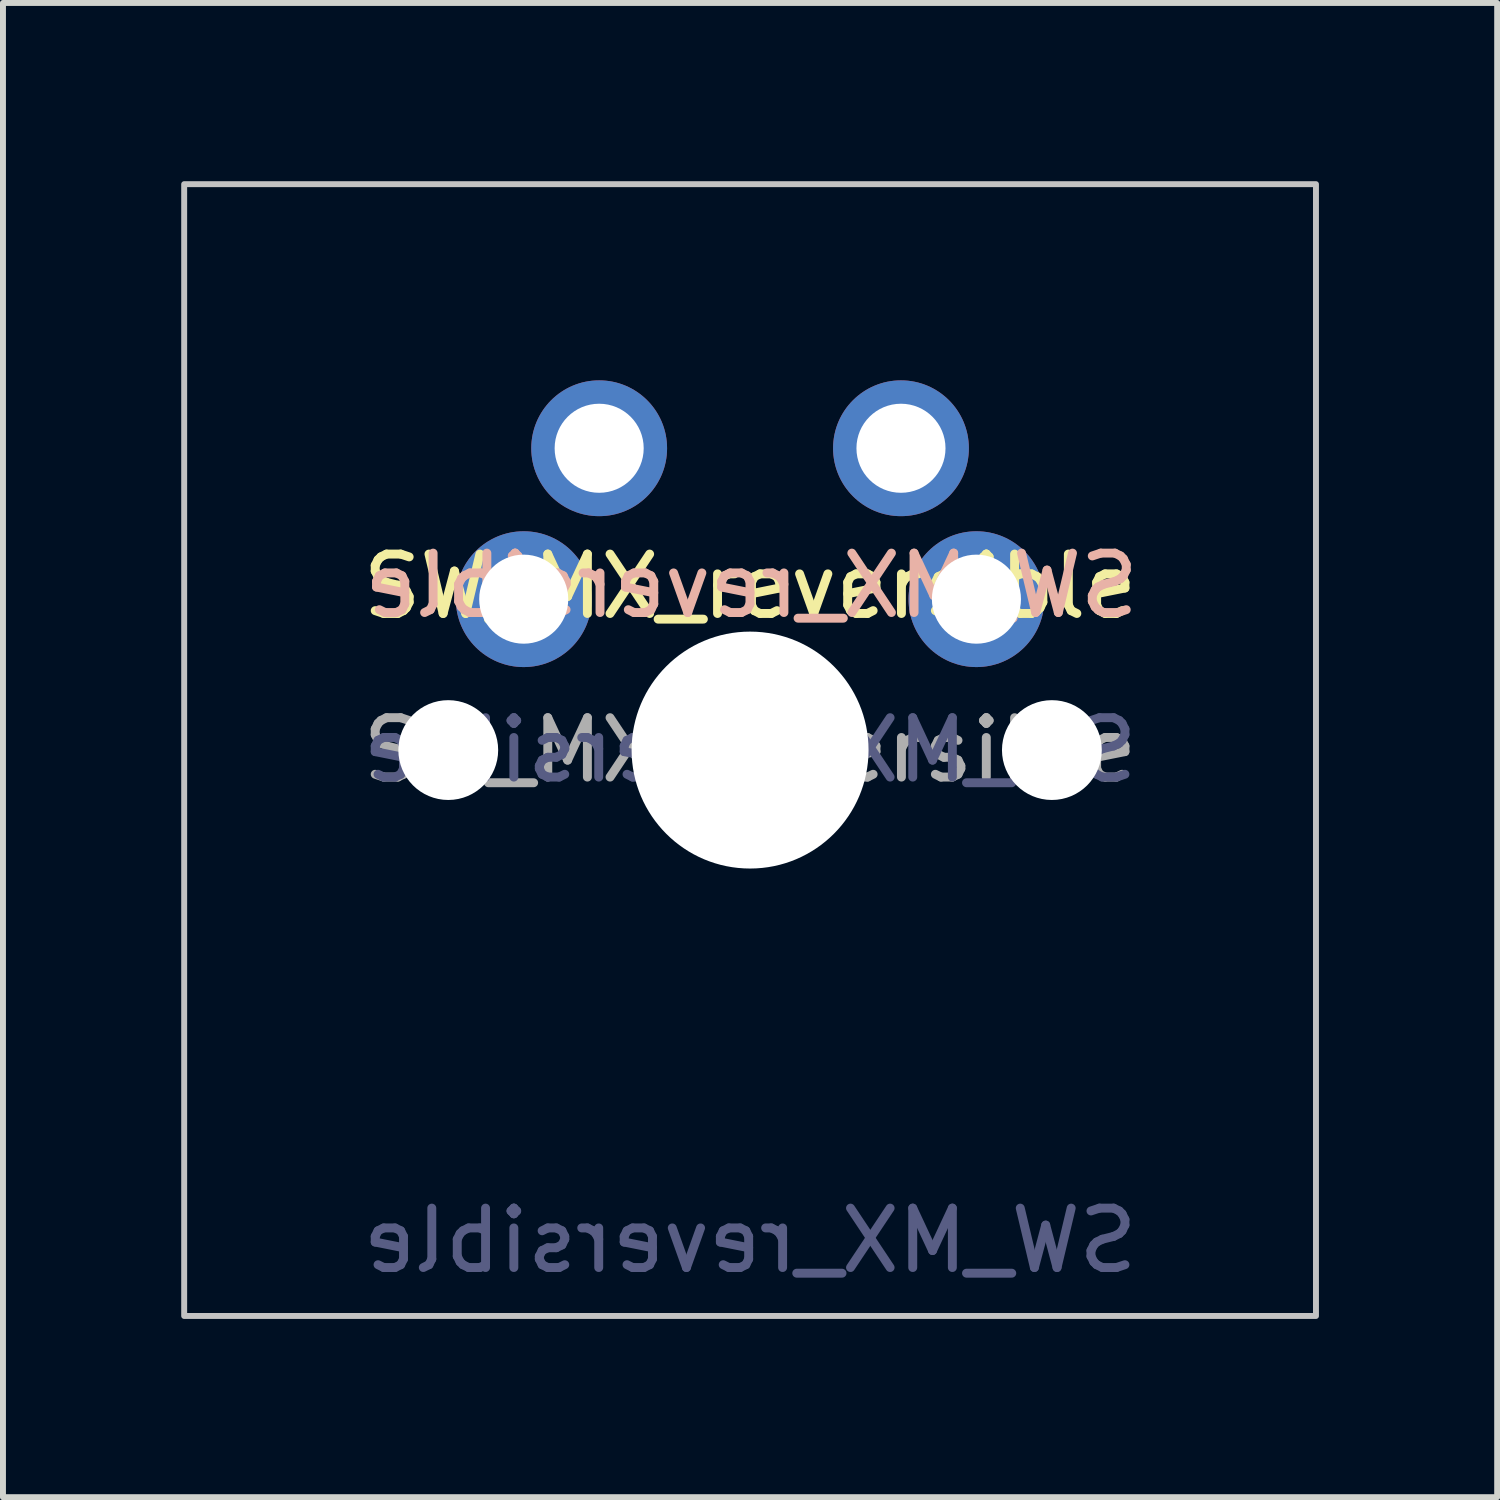
<source format=kicad_pcb>
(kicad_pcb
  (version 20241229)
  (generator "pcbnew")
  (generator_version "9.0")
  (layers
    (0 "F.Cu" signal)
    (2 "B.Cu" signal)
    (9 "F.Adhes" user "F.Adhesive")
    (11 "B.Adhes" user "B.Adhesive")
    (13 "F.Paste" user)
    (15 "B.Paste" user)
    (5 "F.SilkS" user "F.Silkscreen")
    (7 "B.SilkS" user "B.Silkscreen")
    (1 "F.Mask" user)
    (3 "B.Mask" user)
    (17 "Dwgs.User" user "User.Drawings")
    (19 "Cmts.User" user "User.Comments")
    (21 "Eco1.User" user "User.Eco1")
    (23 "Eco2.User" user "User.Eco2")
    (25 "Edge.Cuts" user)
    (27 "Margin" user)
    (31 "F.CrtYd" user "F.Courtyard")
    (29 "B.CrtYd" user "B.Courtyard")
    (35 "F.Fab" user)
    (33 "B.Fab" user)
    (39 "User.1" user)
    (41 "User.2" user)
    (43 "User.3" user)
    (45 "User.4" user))
  (footprint "SW_MX_reversible"
    (layer "F.Cu")
    (at 9.575 9.575)
    (property "Reference" "SW_MX_reversible" (at 0 -2.754 0) (layer "F.SilkS") (effects (font (size 1 1) (thickness 0.15))))
    (property "Value" "SW_MX_reversible" (at 0 8.255 0) (layer "F.Fab") (hide yes) (effects (font (size 1 1) (thickness 0.15))))
    (attr through_hole)
    (fp_rect (start -9.525 -9.525) (end 9.525 9.525) (stroke (width 0.1) (type default)) (fill no) (layer "Dwgs.User"))
    (fp_line (start -6.9 6.9) (end -6.9 -6.9) (stroke (width 0.15) (type solid)) (layer "Eco2.User"))
    (fp_line (start -6.9 6.9) (end 6.9 6.9) (stroke (width 0.15) (type solid)) (layer "Eco2.User"))
    (fp_line (start 6.9 -6.9) (end -6.9 -6.9) (stroke (width 0.15) (type solid)) (layer "Eco2.User"))
    (fp_line (start 6.9 -6.9) (end 6.9 6.9) (stroke (width 0.15) (type solid)) (layer "Eco2.User"))
    (fp_text user "${REFERENCE}" (at 0.022 -2.77 0) (layer "B.SilkS") (effects (font (size 1 1) (thickness 0.15)) (justify mirror)))
    (fp_text user "${VALUE}" (at 0 8.255 0) (layer "B.Fab") (effects (font (size 1 1) (thickness 0.15)) (justify mirror)))
    (fp_text user "${REFERENCE}" (at 0 0 0) (layer "B.Fab") (effects (font (size 1 1) (thickness 0.15)) (justify mirror)))
    (fp_text user "${REFERENCE}" (at 0 0 0) (layer "F.Fab") (effects (font (size 1 1) (thickness 0.15))))
    (pad "" np_thru_hole circle (at -5.08 0) (size 1.68 1.68) (drill 1.68) (layers "*.Cu" "*.Mask"))
    (pad "" np_thru_hole circle (at 0 0) (size 3.988 3.988) (drill 3.988) (layers "*.Cu" "*.Mask"))
    (pad "" np_thru_hole circle (at 5.08 0) (size 1.68 1.68) (drill 1.68) (layers "*.Cu" "*.Mask"))
    (pad "1" thru_hole circle (at -3.81 -2.54) (size 2.286 2.286) (drill 1.499) (layers "*.Cu" "*.Mask"))
    (pad "1" thru_hole circle (at -2.54 -5.08) (size 2.286 2.286) (drill 1.499) (layers "*.Cu" "*.Mask"))
    (pad "2" thru_hole circle (at 2.54 -5.08) (size 2.286 2.286) (drill 1.499) (layers "*.Cu" "*.Mask"))
    (pad "2" thru_hole circle (at 3.81 -2.54) (size 2.286 2.286) (drill 1.499) (layers "*.Cu" "*.Mask")))
  (gr_rect
    (start -3 -3)
    (end 22.15 22.15)
    (stroke (width 0.1) (type default))
    (fill no)
    (layer "Edge.Cuts")))
</source>
